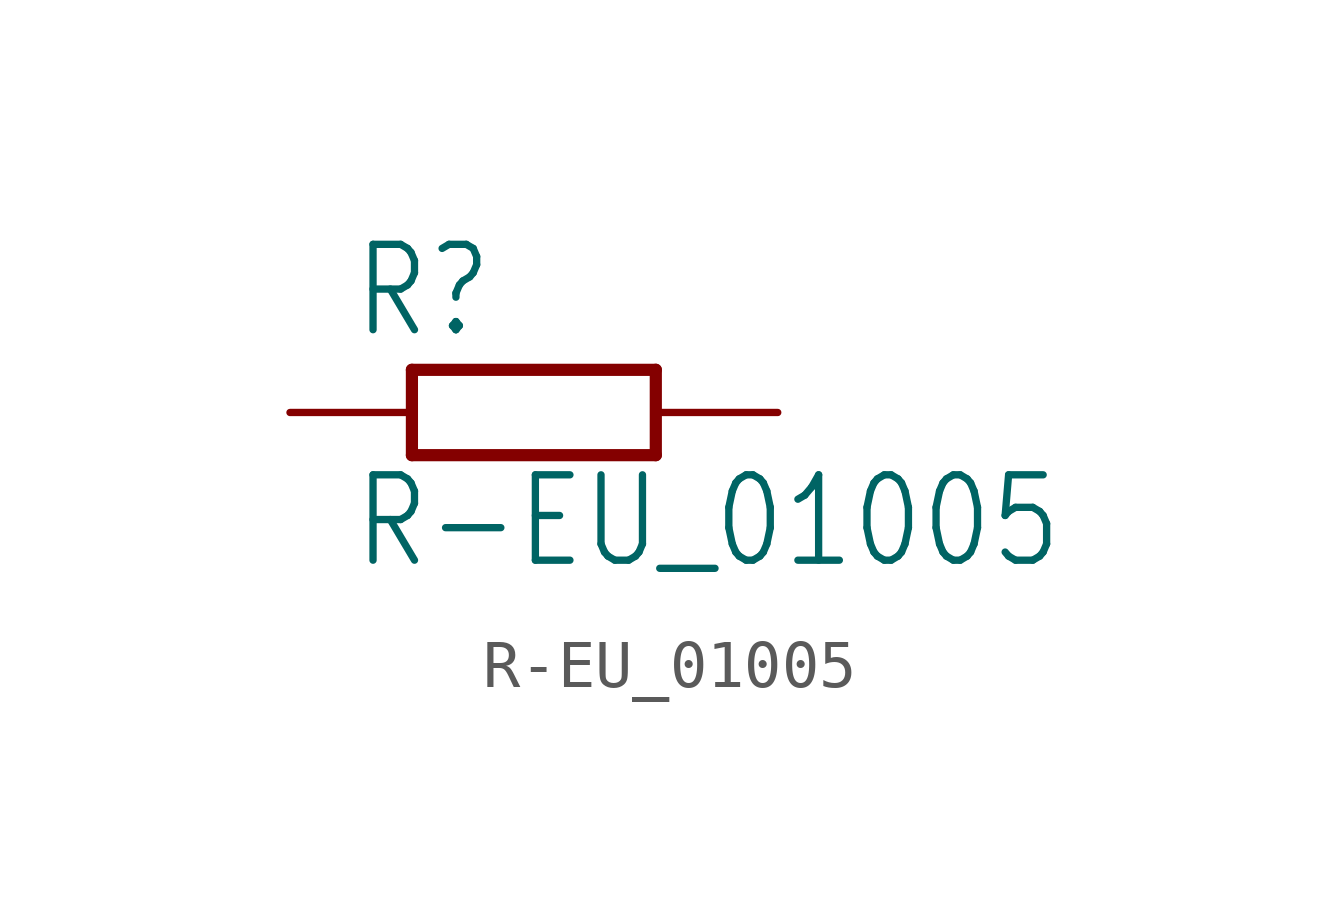
<source format=kicad_sym>
(kicad_symbol_lib
  (version 20210619)
  (generator kicad_symbol_editor)
  (symbol "R-EU_01005"
    (property "Reference" "R"
      (at -3.81 1.499 0)
      (effects (font (size 1.778 1.511)) (justify left bottom)))
    (property "Value" "R-EU_01005"
      (at -3.81 -3.302 0)
      (effects (font (size 1.778 1.511)) (justify left bottom)))
    (property "ki_locked" ""
      (at 0 0 0)
      (effects (font (size 1.27 1.27))))
    (symbol "R-EU_01005_1_0"
      (polyline (pts (xy -2.54 -0.889) (xy -2.54 0.889)) (stroke (width 0.254)) (fill (type none)))
      (polyline (pts (xy -2.54 -0.889) (xy 2.54 -0.889)) (stroke (width 0.254)) (fill (type none)))
      (polyline (pts (xy 2.54 -0.889) (xy 2.54 0.889)) (stroke (width 0.254)) (fill (type none)))
      (polyline (pts (xy 2.54 0.889) (xy -2.54 0.889)) (stroke (width 0.254)) (fill (type none)))
      (pin passive line (at -5.08 0 0) (length 2.54) (name "1" (effects (font (size 0 0)))) (number "1" (effects (font (size 0 0)))))
      (pin passive line (at 5.08 0 180) (length 2.54) (name "2" (effects (font (size 0 0)))) (number "2" (effects (font (size 0 0))))))))
</source>
